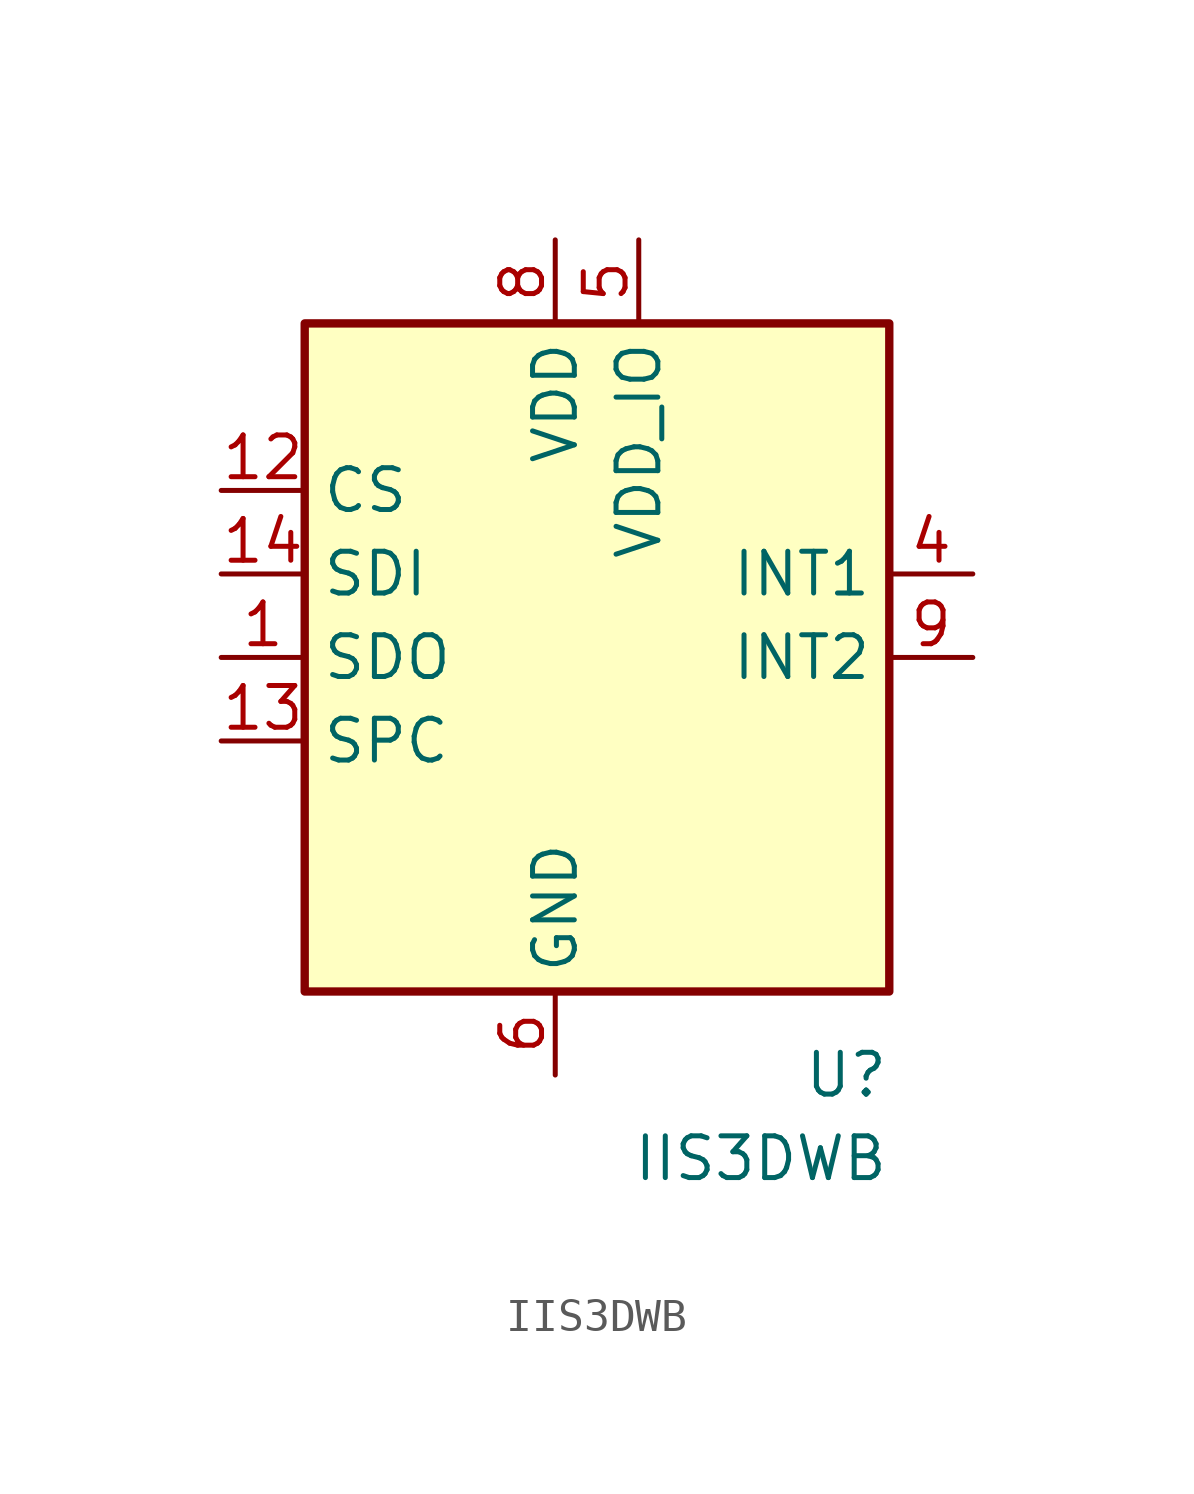
<source format=kicad_sym>
(kicad_symbol_lib
  (version 20231120)
  (generator "kicad_symbol_editor")
  (generator_version "8.0")
  (symbol "IIS3DWB"
    (property "Reference" "U"
      (at 10.16 -12.7 0)
      (effects (font (size 1.27 1.27)) (justify right)))
    (property "Value" "IIS3DWB"
      (at 10.16 -15.24 0)
      (effects (font (size 1.27 1.27)) (justify right)))
    (symbol "IIS3DWB_0_1"
      (rectangle (start -7.62 10.16) (end 10.16 -10.16) (stroke (width 0.254) (type default)) (fill (type background))))
    (symbol "IIS3DWB_1_1"
      (pin output line (at -10.16 0 0) (length 2.54) (name "SDO" (effects (font (size 1.27 1.27)))) (number "1" (effects (font (size 1.27 1.27)))) (alternate "SA0" input line))
      (pin no_connect line (at 10.16 -5.08 180) (length 2.54) hide (name "RES" (effects (font (size 1.27 1.27)))) (number "10" (effects (font (size 1.27 1.27)))))
      (pin no_connect line (at 10.16 -7.62 180) (length 2.54) hide (name "RES" (effects (font (size 1.27 1.27)))) (number "11" (effects (font (size 1.27 1.27)))))
      (pin input line (at -10.16 5.08 0) (length 2.54) (name "CS" (effects (font (size 1.27 1.27)))) (number "12" (effects (font (size 1.27 1.27)))))
      (pin input line (at -10.16 -2.54 0) (length 2.54) (name "SPC" (effects (font (size 1.27 1.27)))) (number "13" (effects (font (size 1.27 1.27)))) (alternate "SCL" input line))
      (pin input line (at -10.16 2.54 0) (length 2.54) (name "SDI" (effects (font (size 1.27 1.27)))) (number "14" (effects (font (size 1.27 1.27)))) (alternate "SDA" bidirectional line) (alternate "SDO" output line))
      (pin passive line (at 0 -12.7 90) (length 2.54) hide (name "GND" (effects (font (size 1.27 1.27)))) (number "2" (effects (font (size 1.27 1.27)))))
      (pin passive line (at 0 -12.7 90) (length 2.54) hide (name "GND" (effects (font (size 1.27 1.27)))) (number "3" (effects (font (size 1.27 1.27)))))
      (pin output line (at 12.7 2.54 180) (length 2.54) (name "INT1" (effects (font (size 1.27 1.27)))) (number "4" (effects (font (size 1.27 1.27)))))
      (pin power_in line (at 2.54 12.7 270) (length 2.54) (name "VDD_IO" (effects (font (size 1.27 1.27)))) (number "5" (effects (font (size 1.27 1.27)))))
      (pin power_in line (at 0 -12.7 90) (length 2.54) (name "GND" (effects (font (size 1.27 1.27)))) (number "6" (effects (font (size 1.27 1.27)))))
      (pin passive line (at 0 -12.7 90) (length 2.54) hide (name "GND" (effects (font (size 1.27 1.27)))) (number "7" (effects (font (size 1.27 1.27)))))
      (pin power_in line (at 0 12.7 270) (length 2.54) (name "VDD" (effects (font (size 1.27 1.27)))) (number "8" (effects (font (size 1.27 1.27)))))
      (pin output line (at 12.7 0 180) (length 2.54) (name "INT2" (effects (font (size 1.27 1.27)))) (number "9" (effects (font (size 1.27 1.27))))))))
</source>
